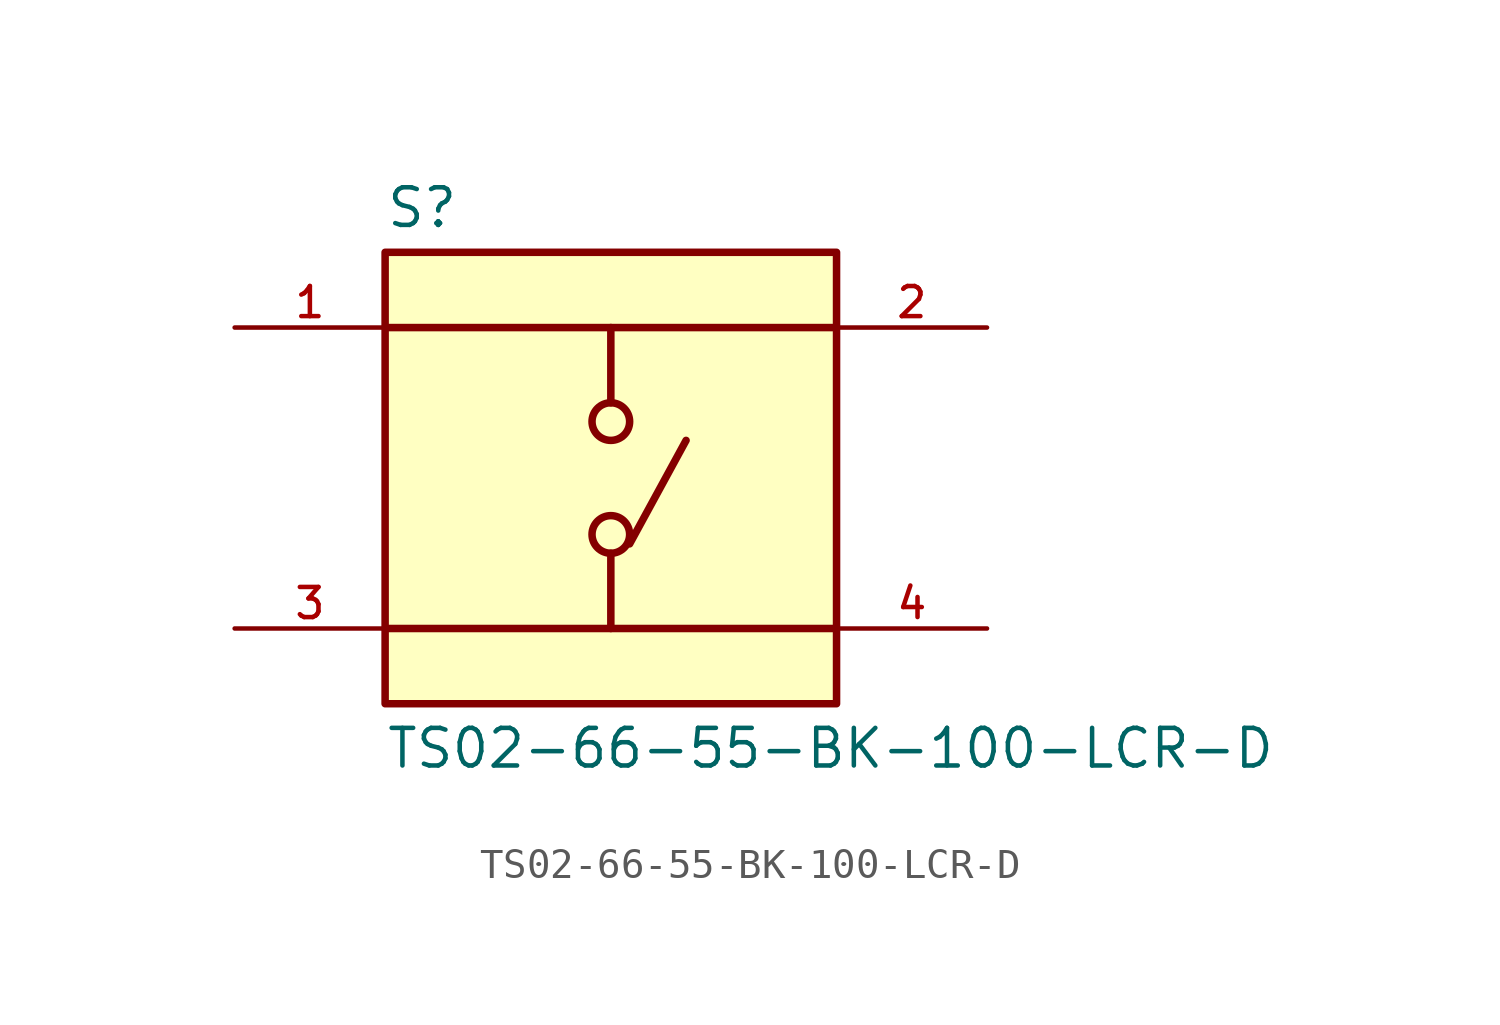
<source format=kicad_sym>
(kicad_symbol_lib
  (version 20211014)
  (generator kicad_symbol_editor)
  (symbol "TS02-66-55-BK-100-LCR-D"
    (pin_names
      (offset 1.016))
    (property "Reference" "S"
      (at -7.62 8.382 0)
      (effects (font (size 1.27 1.27)) (justify bottom left)))
    (property "Value" "TS02-66-55-BK-100-LCR-D"
      (at -7.62 -8.382 0)
      (effects (font (size 1.27 1.27)) (justify top left)))
    (symbol "TS02-66-55-BK-100-LCR-D_0_0"
      (polyline (pts (xy 0.0 5.08) (xy 0.0 2.54)) (stroke (width 0.254)))
      (polyline (pts (xy 0.0 -2.54) (xy 0.0 -5.08)) (stroke (width 0.254)))
      (polyline (pts (xy 7.62 5.08) (xy -7.62 5.08)) (stroke (width 0.254)))
      (polyline (pts (xy 7.62 -5.08) (xy -7.62 -5.08)) (stroke (width 0.254)))
      (circle (center 0.0 -1.905) (radius 0.635) (stroke (width 0.254)) (fill (type none)))
      (circle (center 0.0 1.905) (radius 0.635) (stroke (width 0.254)) (fill (type none)))
      (polyline (pts (xy 0.635 -2.223) (xy 2.54 1.27)) (stroke (width 0.254)))
      (rectangle (start -7.62 -7.62) (end 7.62 7.62) (stroke (width 0.254)) (fill (type background)))
      (pin passive line (at -12.7 5.08 0) (length 5.08) (name "~" (effects (font (size 1.016 1.016)))) (number "1" (effects (font (size 1.016 1.016)))))
      (pin passive line (at -12.7 -5.08 0) (length 5.08) (name "~" (effects (font (size 1.016 1.016)))) (number "3" (effects (font (size 1.016 1.016)))))
      (pin passive line (at 12.7 5.08 180.0) (length 5.08) (name "~" (effects (font (size 1.016 1.016)))) (number "2" (effects (font (size 1.016 1.016)))))
      (pin passive line (at 12.7 -5.08 180.0) (length 5.08) (name "~" (effects (font (size 1.016 1.016)))) (number "4" (effects (font (size 1.016 1.016))))))))
</source>
